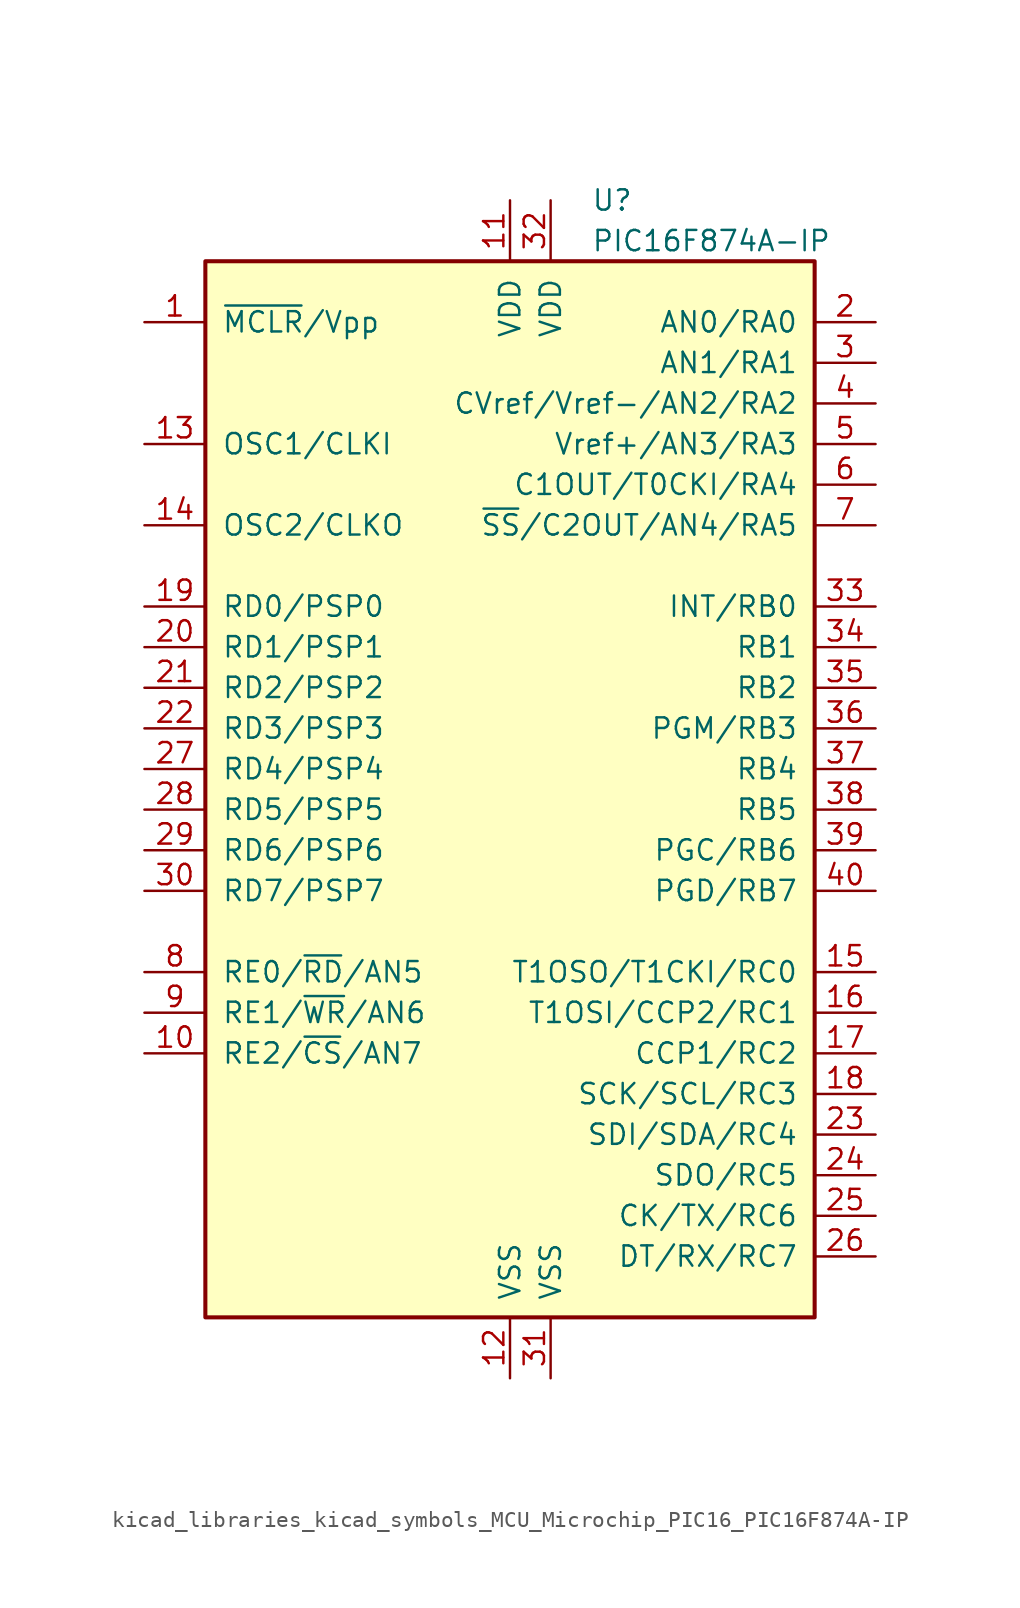
<source format=kicad_sym>
(kicad_symbol_lib
  (version 20220914)
  (generator kicad_symbol_editor)
  (symbol "kicad_libraries_kicad_symbols_MCU_Microchip_PIC16_PIC16F874A-IP"
    (pin_names
      (offset 1.016))
    (property "Reference" "U"
      (at 5.08 35.56 0)
      (effects (font (size 1.27 1.27)) (justify left)))
    (property "Value" "PIC16F874A-IP"
      (at 5.08 33.02 0)
      (effects (font (size 1.27 1.27)) (justify left)))
    (symbol "kicad_libraries_kicad_symbols_MCU_Microchip_PIC16_PIC16F874A-IP_0_1"
      (rectangle (start -19.05 31.75) (end 19.05 -34.29) (stroke (width 0.254) (type default)) (fill (type background))))
    (symbol "kicad_libraries_kicad_symbols_MCU_Microchip_PIC16_PIC16F874A-IP_1_1"
      (pin input line (at -22.86 27.94 0) (length 3.81) (name "~{MCLR}/Vpp" (effects (font (size 1.27 1.27)))) (number "1" (effects (font (size 1.27 1.27)))))
      (pin bidirectional line (at -22.86 -17.78 0) (length 3.81) (name "RE2/~{CS}/AN7" (effects (font (size 1.27 1.27)))) (number "10" (effects (font (size 1.27 1.27)))))
      (pin power_in line (at 0 35.56 270) (length 3.81) (name "VDD" (effects (font (size 1.27 1.27)))) (number "11" (effects (font (size 1.27 1.27)))))
      (pin power_in line (at 0 -38.1 90) (length 3.81) (name "VSS" (effects (font (size 1.27 1.27)))) (number "12" (effects (font (size 1.27 1.27)))))
      (pin input line (at -22.86 20.32 0) (length 3.81) (name "OSC1/CLKI" (effects (font (size 1.27 1.27)))) (number "13" (effects (font (size 1.27 1.27)))))
      (pin output line (at -22.86 15.24 0) (length 3.81) (name "OSC2/CLKO" (effects (font (size 1.27 1.27)))) (number "14" (effects (font (size 1.27 1.27)))))
      (pin bidirectional line (at 22.86 -12.7 180) (length 3.81) (name "T1OSO/T1CKI/RC0" (effects (font (size 1.27 1.27)))) (number "15" (effects (font (size 1.27 1.27)))))
      (pin bidirectional line (at 22.86 -15.24 180) (length 3.81) (name "T1OSI/CCP2/RC1" (effects (font (size 1.27 1.27)))) (number "16" (effects (font (size 1.27 1.27)))))
      (pin bidirectional line (at 22.86 -17.78 180) (length 3.81) (name "CCP1/RC2" (effects (font (size 1.27 1.27)))) (number "17" (effects (font (size 1.27 1.27)))))
      (pin bidirectional line (at 22.86 -20.32 180) (length 3.81) (name "SCK/SCL/RC3" (effects (font (size 1.27 1.27)))) (number "18" (effects (font (size 1.27 1.27)))))
      (pin bidirectional line (at -22.86 10.16 0) (length 3.81) (name "RD0/PSP0" (effects (font (size 1.27 1.27)))) (number "19" (effects (font (size 1.27 1.27)))))
      (pin bidirectional line (at 22.86 27.94 180) (length 3.81) (name "AN0/RA0" (effects (font (size 1.27 1.27)))) (number "2" (effects (font (size 1.27 1.27)))))
      (pin bidirectional line (at -22.86 7.62 0) (length 3.81) (name "RD1/PSP1" (effects (font (size 1.27 1.27)))) (number "20" (effects (font (size 1.27 1.27)))))
      (pin bidirectional line (at -22.86 5.08 0) (length 3.81) (name "RD2/PSP2" (effects (font (size 1.27 1.27)))) (number "21" (effects (font (size 1.27 1.27)))))
      (pin bidirectional line (at -22.86 2.54 0) (length 3.81) (name "RD3/PSP3" (effects (font (size 1.27 1.27)))) (number "22" (effects (font (size 1.27 1.27)))))
      (pin bidirectional line (at 22.86 -22.86 180) (length 3.81) (name "SDI/SDA/RC4" (effects (font (size 1.27 1.27)))) (number "23" (effects (font (size 1.27 1.27)))))
      (pin bidirectional line (at 22.86 -25.4 180) (length 3.81) (name "SDO/RC5" (effects (font (size 1.27 1.27)))) (number "24" (effects (font (size 1.27 1.27)))))
      (pin bidirectional line (at 22.86 -27.94 180) (length 3.81) (name "CK/TX/RC6" (effects (font (size 1.27 1.27)))) (number "25" (effects (font (size 1.27 1.27)))))
      (pin bidirectional line (at 22.86 -30.48 180) (length 3.81) (name "DT/RX/RC7" (effects (font (size 1.27 1.27)))) (number "26" (effects (font (size 1.27 1.27)))))
      (pin bidirectional line (at -22.86 0 0) (length 3.81) (name "RD4/PSP4" (effects (font (size 1.27 1.27)))) (number "27" (effects (font (size 1.27 1.27)))))
      (pin bidirectional line (at -22.86 -2.54 0) (length 3.81) (name "RD5/PSP5" (effects (font (size 1.27 1.27)))) (number "28" (effects (font (size 1.27 1.27)))))
      (pin bidirectional line (at -22.86 -5.08 0) (length 3.81) (name "RD6/PSP6" (effects (font (size 1.27 1.27)))) (number "29" (effects (font (size 1.27 1.27)))))
      (pin bidirectional line (at 22.86 25.4 180) (length 3.81) (name "AN1/RA1" (effects (font (size 1.27 1.27)))) (number "3" (effects (font (size 1.27 1.27)))))
      (pin bidirectional line (at -22.86 -7.62 0) (length 3.81) (name "RD7/PSP7" (effects (font (size 1.27 1.27)))) (number "30" (effects (font (size 1.27 1.27)))))
      (pin power_in line (at 2.54 -38.1 90) (length 3.81) (name "VSS" (effects (font (size 1.27 1.27)))) (number "31" (effects (font (size 1.27 1.27)))))
      (pin power_in line (at 2.54 35.56 270) (length 3.81) (name "VDD" (effects (font (size 1.27 1.27)))) (number "32" (effects (font (size 1.27 1.27)))))
      (pin bidirectional line (at 22.86 10.16 180) (length 3.81) (name "INT/RB0" (effects (font (size 1.27 1.27)))) (number "33" (effects (font (size 1.27 1.27)))))
      (pin bidirectional line (at 22.86 7.62 180) (length 3.81) (name "RB1" (effects (font (size 1.27 1.27)))) (number "34" (effects (font (size 1.27 1.27)))))
      (pin bidirectional line (at 22.86 5.08 180) (length 3.81) (name "RB2" (effects (font (size 1.27 1.27)))) (number "35" (effects (font (size 1.27 1.27)))))
      (pin bidirectional line (at 22.86 2.54 180) (length 3.81) (name "PGM/RB3" (effects (font (size 1.27 1.27)))) (number "36" (effects (font (size 1.27 1.27)))))
      (pin bidirectional line (at 22.86 0 180) (length 3.81) (name "RB4" (effects (font (size 1.27 1.27)))) (number "37" (effects (font (size 1.27 1.27)))))
      (pin bidirectional line (at 22.86 -2.54 180) (length 3.81) (name "RB5" (effects (font (size 1.27 1.27)))) (number "38" (effects (font (size 1.27 1.27)))))
      (pin bidirectional line (at 22.86 -5.08 180) (length 3.81) (name "PGC/RB6" (effects (font (size 1.27 1.27)))) (number "39" (effects (font (size 1.27 1.27)))))
      (pin bidirectional line (at 22.86 22.86 180) (length 3.81) (name "CVref/Vref-/AN2/RA2" (effects (font (size 1.27 1.27)))) (number "4" (effects (font (size 1.27 1.27)))))
      (pin bidirectional line (at 22.86 -7.62 180) (length 3.81) (name "PGD/RB7" (effects (font (size 1.27 1.27)))) (number "40" (effects (font (size 1.27 1.27)))))
      (pin bidirectional line (at 22.86 20.32 180) (length 3.81) (name "Vref+/AN3/RA3" (effects (font (size 1.27 1.27)))) (number "5" (effects (font (size 1.27 1.27)))))
      (pin bidirectional line (at 22.86 17.78 180) (length 3.81) (name "C1OUT/T0CKI/RA4" (effects (font (size 1.27 1.27)))) (number "6" (effects (font (size 1.27 1.27)))))
      (pin bidirectional line (at 22.86 15.24 180) (length 3.81) (name "~{SS}/C2OUT/AN4/RA5" (effects (font (size 1.27 1.27)))) (number "7" (effects (font (size 1.27 1.27)))))
      (pin bidirectional line (at -22.86 -12.7 0) (length 3.81) (name "RE0/~{RD}/AN5" (effects (font (size 1.27 1.27)))) (number "8" (effects (font (size 1.27 1.27)))))
      (pin bidirectional line (at -22.86 -15.24 0) (length 3.81) (name "RE1/~{WR}/AN6" (effects (font (size 1.27 1.27)))) (number "9" (effects (font (size 1.27 1.27))))))))
</source>
